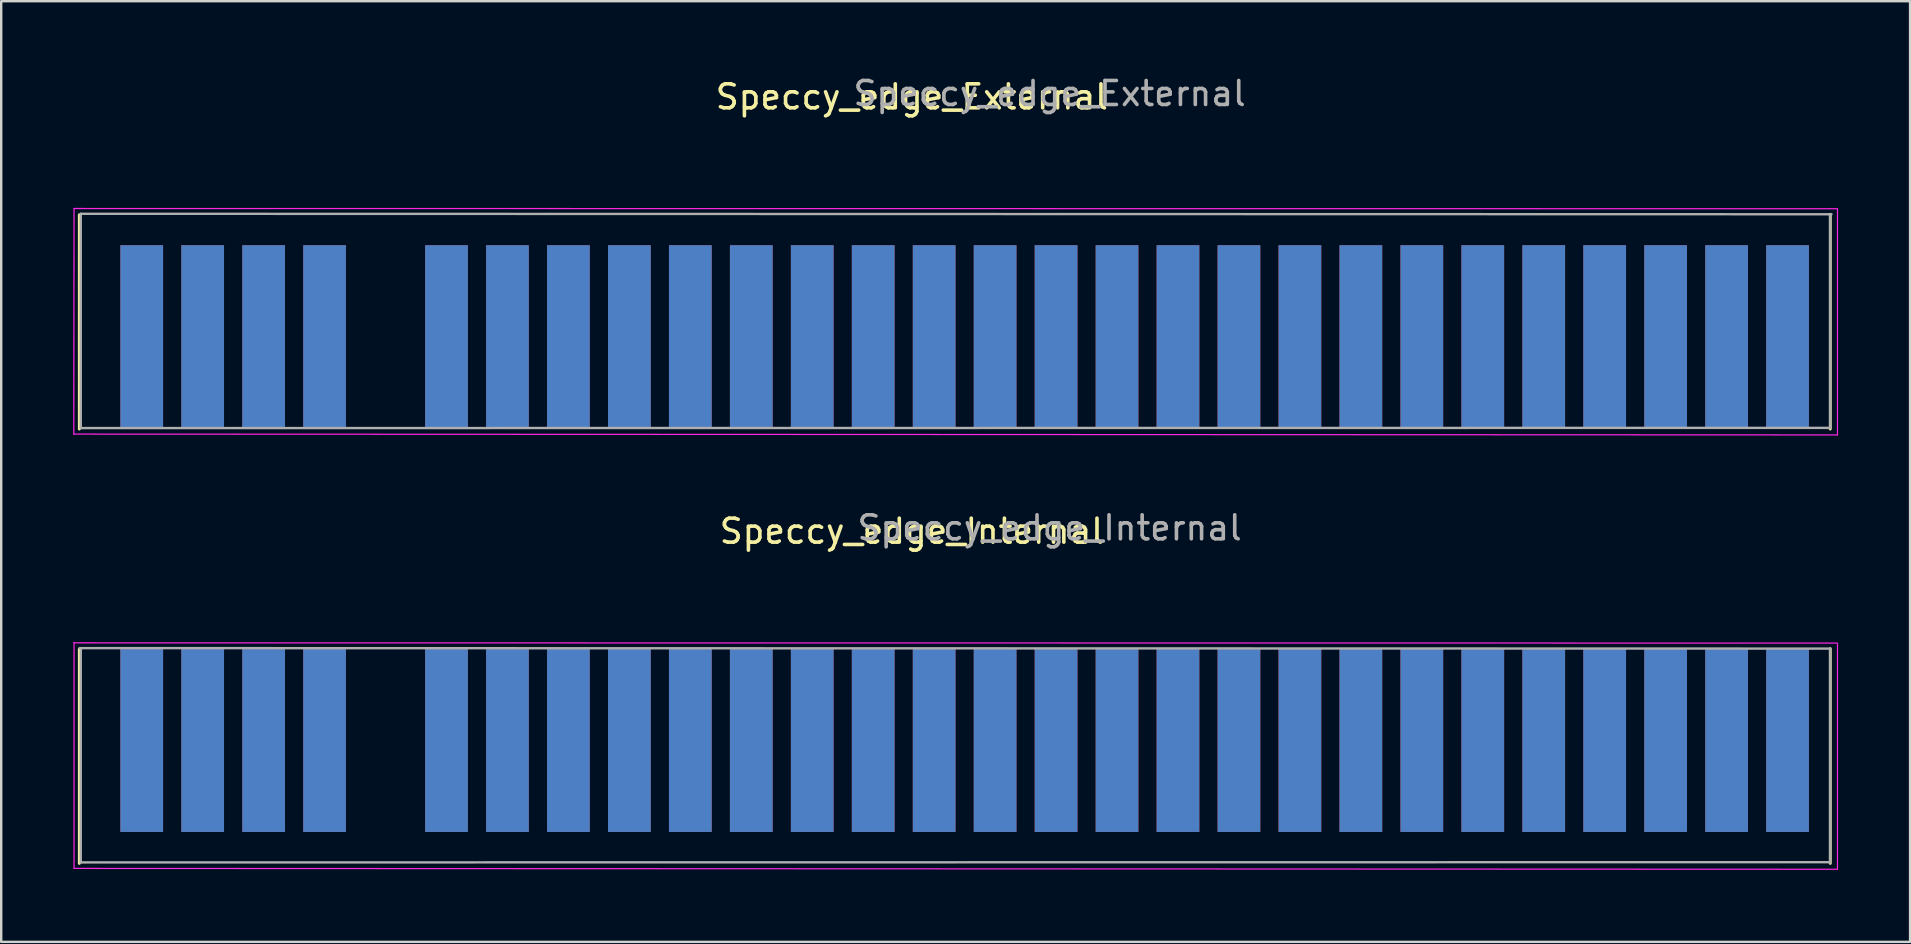
<source format=kicad_pcb>
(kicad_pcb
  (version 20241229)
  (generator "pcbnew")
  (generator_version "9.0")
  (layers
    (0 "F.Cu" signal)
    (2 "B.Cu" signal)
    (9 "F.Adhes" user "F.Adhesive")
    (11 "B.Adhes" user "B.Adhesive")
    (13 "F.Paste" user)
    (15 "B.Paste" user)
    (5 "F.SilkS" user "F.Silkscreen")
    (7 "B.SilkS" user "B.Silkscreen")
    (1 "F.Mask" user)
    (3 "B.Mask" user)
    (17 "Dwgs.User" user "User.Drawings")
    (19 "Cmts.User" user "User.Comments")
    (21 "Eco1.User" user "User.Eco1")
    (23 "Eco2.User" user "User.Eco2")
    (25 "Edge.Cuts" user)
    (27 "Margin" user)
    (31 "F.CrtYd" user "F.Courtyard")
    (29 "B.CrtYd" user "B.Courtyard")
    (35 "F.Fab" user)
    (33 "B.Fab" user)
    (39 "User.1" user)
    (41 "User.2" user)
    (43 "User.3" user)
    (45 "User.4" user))
  (footprint "Speccy_edge_Internal"
    (layer "F.Cu")
    (at 38.415 29.076)
    (property "Reference" "Speccy_edge_Internal" (at -3.47 -9.99 0) (layer "F.SilkS") (effects (font (size 1 1) (thickness 0.15))))
    (attr exclude_from_pos_files exclude_from_bom)
    (fp_line (start -38.16 -5.08) (end -38.16 3.85) (stroke (width 0.12) (type solid)) (layer "F.SilkS"))
    (fp_line (start 34.8 3.85) (end 34.8 -5.1) (stroke (width 0.12) (type solid)) (layer "F.SilkS"))
    (fp_line (start -38.38 -5.355) (end -38.38 4.035) (stroke (width 0.05) (type solid)) (layer "F.CrtYd"))
    (fp_line (start -38.38 -5.34) (end 35.1 -5.33) (stroke (width 0.05) (type solid)) (layer "F.CrtYd"))
    (fp_line (start 35.1 4.095) (end -38.39 4.06) (stroke (width 0.05) (type solid)) (layer "F.CrtYd"))
    (fp_line (start 35.1 4.095) (end 35.1 -5.295) (stroke (width 0.05) (type solid)) (layer "F.CrtYd"))
    (fp_line (start -38.15 -5.12) (end 34.8 -5.1) (stroke (width 0.1) (type solid)) (layer "F.Fab"))
    (fp_line (start -38.1 3.81) (end -38.1 -5.08) (stroke (width 0.1) (type solid)) (layer "F.Fab"))
    (fp_line (start 34.8 -5.08) (end 34.8 3.81) (stroke (width 0.1) (type solid)) (layer "F.Fab"))
    (fp_line (start 34.8 3.8) (end -38.1 3.81) (stroke (width 0.1) (type solid)) (layer "F.Fab"))
    (fp_text user "${REFERENCE}" (at 2.27 -10.13 0) (layer "F.Fab") (effects (font (size 1 1) (thickness 0.15))))
    (pad "B1" connect rect (at -35.56 -1.27) (size 1.78 7.62) (layers "B.Cu" "B.Mask"))
    (pad "B2" connect rect (at -33.02 -1.27) (size 1.78 7.62) (layers "B.Cu" "B.Mask"))
    (pad "B3" connect rect (at -30.48 -1.27) (size 1.78 7.62) (layers "B.Cu" "B.Mask"))
    (pad "B4" connect rect (at -27.94 -1.27) (size 1.78 7.62) (layers "B.Cu" "B.Mask"))
    (pad "B6" connect rect (at -22.86 -1.27) (size 1.78 7.62) (layers "B.Cu" "B.Mask"))
    (pad "B7" connect rect (at -20.32 -1.27) (size 1.78 7.62) (layers "B.Cu" "B.Mask"))
    (pad "B8" connect rect (at -17.78 -1.27 180) (size 1.78 7.62) (layers "B.Cu" "B.Mask"))
    (pad "B9" connect rect (at -15.24 -1.27) (size 1.78 7.62) (layers "B.Cu" "B.Mask"))
    (pad "B10" connect rect (at -12.7 -1.27) (size 1.78 7.62) (layers "B.Cu" "B.Mask"))
    (pad "B11" connect rect (at -10.16 -1.27 180) (size 1.78 7.62) (layers "B.Cu" "B.Mask"))
    (pad "B12" connect rect (at -7.62 -1.27) (size 1.78 7.62) (layers "B.Cu" "B.Mask"))
    (pad "B13" connect rect (at -5.08 -1.27) (size 1.78 7.62) (layers "B.Cu" "B.Mask"))
    (pad "B14" connect rect (at -2.54 -1.27) (size 1.78 7.62) (layers "B.Cu" "B.Mask"))
    (pad "B15" connect rect (at 0 -1.27) (size 1.78 7.62) (layers "B.Cu" "B.Mask"))
    (pad "B16" connect rect (at 2.54 -1.27) (size 1.78 7.62) (layers "B.Cu" "B.Mask"))
    (pad "B17" connect rect (at 5.08 -1.27) (size 1.78 7.62) (layers "B.Cu" "B.Mask"))
    (pad "B18" connect rect (at 7.62 -1.27) (size 1.78 7.62) (layers "B.Cu" "B.Mask"))
    (pad "B19" connect rect (at 10.16 -1.27) (size 1.78 7.62) (layers "B.Cu" "B.Mask"))
    (pad "B20" connect rect (at 12.7 -1.27) (size 1.78 7.62) (layers "B.Cu" "B.Mask"))
    (pad "B21" connect rect (at 15.24 -1.27) (size 1.78 7.62) (layers "B.Cu" "B.Mask"))
    (pad "B22" connect rect (at 17.78 -1.27) (size 1.78 7.62) (layers "B.Cu" "B.Mask"))
    (pad "B23" connect rect (at 20.32 -1.27) (size 1.78 7.62) (layers "B.Cu" "B.Mask"))
    (pad "B24" connect rect (at 22.86 -1.27) (size 1.78 7.62) (layers "B.Cu" "B.Mask"))
    (pad "B25" connect rect (at 25.4 -1.27) (size 1.78 7.62) (layers "B.Cu" "B.Mask"))
    (pad "B26" connect rect (at 27.94 -1.27) (size 1.78 7.62) (layers "B.Cu" "B.Mask"))
    (pad "B27" connect rect (at 30.48 -1.27) (size 1.78 7.62) (layers "B.Cu" "B.Mask"))
    (pad "B28" connect rect (at 33.02 -1.27) (size 1.78 7.62) (layers "B.Cu" "B.Mask"))
    (pad "U1" connect rect (at -35.56 -1.27) (size 1.78 7.62) (layers "F.Cu" "F.Mask"))
    (pad "U2" connect rect (at -33.02 -1.27) (size 1.78 7.62) (layers "F.Cu" "F.Mask"))
    (pad "U3" connect rect (at -30.48 -1.27) (size 1.78 7.62) (layers "F.Cu" "F.Mask"))
    (pad "U4" connect rect (at -27.94 -1.27) (size 1.78 7.62) (layers "F.Cu" "F.Mask"))
    (pad "U6" connect rect (at -22.86 -1.27) (size 1.78 7.62) (layers "F.Cu" "F.Mask"))
    (pad "U7" connect rect (at -20.32 -1.27) (size 1.78 7.62) (layers "F.Cu" "F.Mask"))
    (pad "U8" connect rect (at -17.78 -1.27) (size 1.78 7.62) (layers "F.Cu" "F.Mask"))
    (pad "U9" connect rect (at -15.24 -1.27) (size 1.78 7.62) (layers "F.Cu" "F.Mask"))
    (pad "U10" connect rect (at -12.7 -1.27) (size 1.78 7.62) (layers "F.Cu" "F.Mask"))
    (pad "U11" connect rect (at -10.16 -1.27) (size 1.78 7.62) (layers "F.Cu" "F.Mask"))
    (pad "U12" connect rect (at -7.62 -1.27) (size 1.78 7.62) (layers "F.Cu" "F.Mask"))
    (pad "U13" connect rect (at -5.08 -1.27) (size 1.78 7.62) (layers "F.Cu" "F.Mask"))
    (pad "U14" connect rect (at -2.54 -1.27) (size 1.78 7.62) (layers "F.Cu" "F.Mask"))
    (pad "U15" connect rect (at 0 -1.27) (size 1.78 7.62) (layers "F.Cu" "F.Mask"))
    (pad "U16" connect rect (at 2.54 -1.27) (size 1.78 7.62) (layers "F.Cu" "F.Mask"))
    (pad "U17" connect rect (at 5.08 -1.27) (size 1.78 7.62) (layers "F.Cu" "F.Mask"))
    (pad "U18" connect rect (at 7.62 -1.27) (size 1.78 7.62) (layers "F.Cu" "F.Mask"))
    (pad "U19" connect rect (at 10.16 -1.27) (size 1.78 7.62) (layers "F.Cu" "F.Mask"))
    (pad "U20" connect rect (at 12.7 -1.27) (size 1.78 7.62) (layers "F.Cu" "F.Mask"))
    (pad "U21" connect rect (at 15.24 -1.27) (size 1.78 7.62) (layers "F.Cu" "F.Mask"))
    (pad "U22" connect rect (at 17.78 -1.27) (size 1.78 7.62) (layers "F.Cu" "F.Mask"))
    (pad "U23" connect rect (at 20.32 -1.27) (size 1.78 7.62) (layers "F.Cu" "F.Mask"))
    (pad "U24" connect rect (at 22.86 -1.27) (size 1.78 7.62) (layers "F.Cu" "F.Mask"))
    (pad "U25" connect rect (at 25.4 -1.27) (size 1.78 7.62) (layers "F.Cu" "F.Mask"))
    (pad "U26" connect rect (at 27.94 -1.27) (size 1.78 7.62) (layers "F.Cu" "F.Mask"))
    (pad "U27" connect rect (at 30.48 -1.27 180) (size 1.78 7.62) (layers "F.Cu" "F.Mask"))
    (pad "U28" connect rect (at 33.02 -1.27) (size 1.78 7.62) (layers "F.Cu" "F.Mask")))
  (footprint "Speccy_edge_External"
    (layer "F.Cu")
    (at 38.415 10.978)
    (property "Reference" "Speccy_edge_External" (at -3.47 -9.99 0) (layer "F.SilkS") (effects (font (size 1 1) (thickness 0.15))))
    (attr exclude_from_pos_files exclude_from_bom)
    (fp_line (start -38.16 -5.08) (end -38.16 3.85) (stroke (width 0.12) (type solid)) (layer "F.SilkS"))
    (fp_line (start 34.8 3.85) (end 34.8 -5.1) (stroke (width 0.12) (type solid)) (layer "F.SilkS"))
    (fp_line (start -38.38 -5.34) (end -38.39 4.06) (stroke (width 0.05) (type solid)) (layer "F.CrtYd"))
    (fp_line (start -38.38 -5.34) (end 35.1 -5.33) (stroke (width 0.05) (type solid)) (layer "F.CrtYd"))
    (fp_line (start 35.1 4.095) (end -38.39 4.06) (stroke (width 0.05) (type solid)) (layer "F.CrtYd"))
    (fp_line (start 35.1 4.095) (end 35.1 -5.33) (stroke (width 0.05) (type solid)) (layer "F.CrtYd"))
    (fp_line (start -38.1 -5.12) (end 34.85 -5.1) (stroke (width 0.1) (type solid)) (layer "F.Fab"))
    (fp_line (start -38.1 3.81) (end -38.1 -5.12) (stroke (width 0.1) (type solid)) (layer "F.Fab"))
    (fp_line (start 34.8 -5.08) (end 34.8 3.81) (stroke (width 0.1) (type solid)) (layer "F.Fab"))
    (fp_line (start 34.8 3.8) (end -38.1 3.81) (stroke (width 0.1) (type solid)) (layer "F.Fab"))
    (fp_text user "${REFERENCE}" (at 2.27 -10.13 0) (layer "F.Fab") (effects (font (size 1 1) (thickness 0.15))))
    (pad "B1" connect rect (at -35.56 0) (size 1.78 7.62) (layers "B.Cu" "B.Mask"))
    (pad "B2" connect rect (at -33.02 0) (size 1.78 7.62) (layers "B.Cu" "B.Mask"))
    (pad "B3" connect rect (at -30.48 0) (size 1.78 7.62) (layers "B.Cu" "B.Mask"))
    (pad "B4" connect rect (at -27.94 0) (size 1.78 7.62) (layers "B.Cu" "B.Mask"))
    (pad "B6" connect rect (at -22.86 0) (size 1.78 7.62) (layers "B.Cu" "B.Mask"))
    (pad "B7" connect rect (at -20.32 0) (size 1.78 7.62) (layers "B.Cu" "B.Mask"))
    (pad "B8" connect rect (at -17.78 0 180) (size 1.78 7.62) (layers "B.Cu" "B.Mask"))
    (pad "B9" connect rect (at -15.24 0) (size 1.78 7.62) (layers "B.Cu" "B.Mask"))
    (pad "B10" connect rect (at -12.7 0) (size 1.78 7.62) (layers "B.Cu" "B.Mask"))
    (pad "B11" connect rect (at -10.16 0 180) (size 1.78 7.62) (layers "B.Cu" "B.Mask"))
    (pad "B12" connect rect (at -7.62 0) (size 1.78 7.62) (layers "B.Cu" "B.Mask"))
    (pad "B13" connect rect (at -5.08 0) (size 1.78 7.62) (layers "B.Cu" "B.Mask"))
    (pad "B14" connect rect (at -2.54 0) (size 1.78 7.62) (layers "B.Cu" "B.Mask"))
    (pad "B15" connect rect (at 0 0) (size 1.78 7.62) (layers "B.Cu" "B.Mask"))
    (pad "B16" connect rect (at 2.54 0) (size 1.78 7.62) (layers "B.Cu" "B.Mask"))
    (pad "B17" connect rect (at 5.08 0) (size 1.78 7.62) (layers "B.Cu" "B.Mask"))
    (pad "B18" connect rect (at 7.62 0) (size 1.78 7.62) (layers "B.Cu" "B.Mask"))
    (pad "B19" connect rect (at 10.16 0) (size 1.78 7.62) (layers "B.Cu" "B.Mask"))
    (pad "B20" connect rect (at 12.7 0) (size 1.78 7.62) (layers "B.Cu" "B.Mask"))
    (pad "B21" connect rect (at 15.24 0) (size 1.78 7.62) (layers "B.Cu" "B.Mask"))
    (pad "B22" connect rect (at 17.78 0) (size 1.78 7.62) (layers "B.Cu" "B.Mask"))
    (pad "B23" connect rect (at 20.32 0) (size 1.78 7.62) (layers "B.Cu" "B.Mask"))
    (pad "B24" connect rect (at 22.86 0) (size 1.78 7.62) (layers "B.Cu" "B.Mask"))
    (pad "B25" connect rect (at 25.4 0) (size 1.78 7.62) (layers "B.Cu" "B.Mask"))
    (pad "B26" connect rect (at 27.94 0) (size 1.78 7.62) (layers "B.Cu" "B.Mask"))
    (pad "B27" connect rect (at 30.48 0) (size 1.78 7.62) (layers "B.Cu" "B.Mask"))
    (pad "B28" connect rect (at 33.02 0) (size 1.78 7.62) (layers "B.Cu" "B.Mask"))
    (pad "U1" connect rect (at -35.56 0) (size 1.78 7.62) (layers "F.Cu" "F.Mask"))
    (pad "U2" connect rect (at -33.02 0) (size 1.78 7.62) (layers "F.Cu" "F.Mask"))
    (pad "U3" connect rect (at -30.48 0) (size 1.78 7.62) (layers "F.Cu" "F.Mask"))
    (pad "U4" connect rect (at -27.94 0) (size 1.78 7.62) (layers "F.Cu" "F.Mask"))
    (pad "U6" connect rect (at -22.86 0) (size 1.78 7.62) (layers "F.Cu" "F.Mask"))
    (pad "U7" connect rect (at -20.32 0) (size 1.78 7.62) (layers "F.Cu" "F.Mask"))
    (pad "U8" connect rect (at -17.78 0) (size 1.78 7.62) (layers "F.Cu" "F.Mask"))
    (pad "U9" connect rect (at -15.24 0) (size 1.78 7.62) (layers "F.Cu" "F.Mask"))
    (pad "U10" connect rect (at -12.7 0) (size 1.78 7.62) (layers "F.Cu" "F.Mask"))
    (pad "U11" connect rect (at -10.16 0) (size 1.78 7.62) (layers "F.Cu" "F.Mask"))
    (pad "U12" connect rect (at -7.62 0) (size 1.78 7.62) (layers "F.Cu" "F.Mask"))
    (pad "U13" connect rect (at -5.08 0) (size 1.78 7.62) (layers "F.Cu" "F.Mask"))
    (pad "U14" connect rect (at -2.54 0) (size 1.78 7.62) (layers "F.Cu" "F.Mask"))
    (pad "U15" connect rect (at 0 0) (size 1.78 7.62) (layers "F.Cu" "F.Mask"))
    (pad "U16" connect rect (at 2.54 0) (size 1.78 7.62) (layers "F.Cu" "F.Mask"))
    (pad "U17" connect rect (at 5.08 0) (size 1.78 7.62) (layers "F.Cu" "F.Mask"))
    (pad "U18" connect rect (at 7.62 0) (size 1.78 7.62) (layers "F.Cu" "F.Mask"))
    (pad "U19" connect rect (at 10.16 0) (size 1.78 7.62) (layers "F.Cu" "F.Mask"))
    (pad "U20" connect rect (at 12.7 0) (size 1.78 7.62) (layers "F.Cu" "F.Mask"))
    (pad "U21" connect rect (at 15.24 0) (size 1.78 7.62) (layers "F.Cu" "F.Mask"))
    (pad "U22" connect rect (at 17.78 0) (size 1.78 7.62) (layers "F.Cu" "F.Mask"))
    (pad "U23" connect rect (at 20.32 0) (size 1.78 7.62) (layers "F.Cu" "F.Mask"))
    (pad "U24" connect rect (at 22.86 0) (size 1.78 7.62) (layers "F.Cu" "F.Mask"))
    (pad "U25" connect rect (at 25.4 0) (size 1.78 7.62) (layers "F.Cu" "F.Mask"))
    (pad "U26" connect rect (at 27.94 0) (size 1.78 7.62) (layers "F.Cu" "F.Mask"))
    (pad "U27" connect rect (at 30.48 0 180) (size 1.78 7.62) (layers "F.Cu" "F.Mask"))
    (pad "U28" connect rect (at 33.02 0) (size 1.78 7.62) (layers "F.Cu" "F.Mask")))
  (gr_rect
    (start -3 -3)
    (end 76.54 36.197)
    (stroke (width 0.1) (type default))
    (fill no)
    (layer "Edge.Cuts")))
</source>
